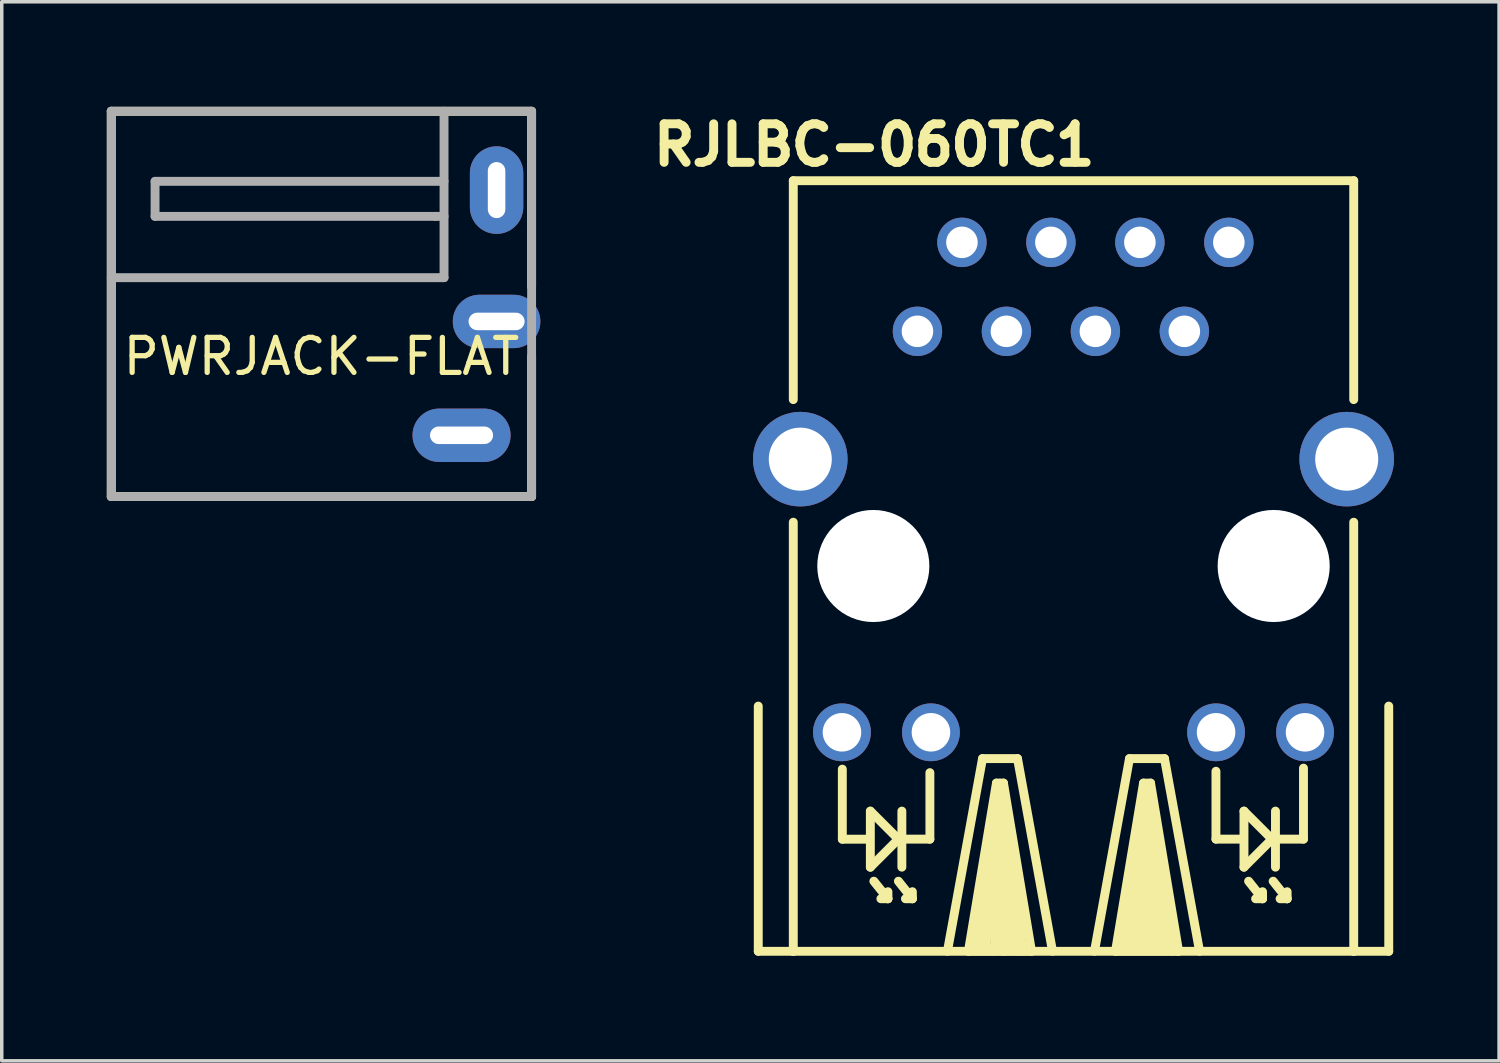
<source format=kicad_pcb>
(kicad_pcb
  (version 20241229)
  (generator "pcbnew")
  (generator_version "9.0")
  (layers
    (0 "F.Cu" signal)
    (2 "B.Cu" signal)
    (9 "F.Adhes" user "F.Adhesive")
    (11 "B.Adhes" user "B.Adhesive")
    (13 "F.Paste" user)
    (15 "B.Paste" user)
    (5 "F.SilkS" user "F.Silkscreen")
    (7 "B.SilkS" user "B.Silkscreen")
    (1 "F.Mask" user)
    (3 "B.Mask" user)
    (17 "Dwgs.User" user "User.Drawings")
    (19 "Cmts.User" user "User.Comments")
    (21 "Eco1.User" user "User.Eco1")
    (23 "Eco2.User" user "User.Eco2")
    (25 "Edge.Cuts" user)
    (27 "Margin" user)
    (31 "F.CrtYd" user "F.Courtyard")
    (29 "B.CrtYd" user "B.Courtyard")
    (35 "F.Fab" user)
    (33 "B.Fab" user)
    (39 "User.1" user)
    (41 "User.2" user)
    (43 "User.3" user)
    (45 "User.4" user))
  (footprint "PWRJACK-FLAT"
    (layer "F.Cu")
    (at 6.127 5.627)
    (property "Reference" "PWRJACK-FLAT" (at 0 1.5 0) (layer "F.SilkS") (effects (font (size 1 1) (thickness 0.15))))
    (attr through_hole)
    (fp_line (start -6 -5.5) (end 6 -5.5) (stroke (width 0.254) (type solid)) (layer "F.SilkS"))
    (fp_line (start -6 5.5) (end -6 -5.5) (stroke (width 0.254) (type solid)) (layer "F.SilkS"))
    (fp_line (start 6 -5.5) (end 6 -0.5) (stroke (width 0.254) (type solid)) (layer "F.SilkS"))
    (fp_line (start 6 1.5) (end 6 5.5) (stroke (width 0.254) (type solid)) (layer "F.SilkS"))
    (fp_line (start 6 5.5) (end -6 5.5) (stroke (width 0.254) (type solid)) (layer "F.SilkS"))
    (fp_line (start -6 -5.5) (end 6 -5.5) (stroke (width 0.254) (type solid)) (layer "F.Fab"))
    (fp_line (start -6 5.5) (end -6 -5.5) (stroke (width 0.254) (type solid)) (layer "F.Fab"))
    (fp_line (start -4.75 -3.5) (end -4.75 -2.5) (stroke (width 0.254) (type solid)) (layer "F.Fab"))
    (fp_line (start -4.75 -2.5) (end 3.25 -2.5) (stroke (width 0.254) (type solid)) (layer "F.Fab"))
    (fp_line (start 3.25 -2.5) (end 3.5 -2.5) (stroke (width 0.254) (type solid)) (layer "F.Fab"))
    (fp_line (start 3.5 -5.5) (end 3.5 -0.75) (stroke (width 0.254) (type solid)) (layer "F.Fab"))
    (fp_line (start 3.5 -3.5) (end -4.75 -3.5) (stroke (width 0.254) (type solid)) (layer "F.Fab"))
    (fp_line (start 3.5 -0.75) (end -6 -0.75) (stroke (width 0.254) (type solid)) (layer "F.Fab"))
    (fp_line (start 6 -5.5) (end 6 5.5) (stroke (width 0.254) (type solid)) (layer "F.Fab"))
    (fp_line (start 6 5.5) (end -6 5.5) (stroke (width 0.254) (type solid)) (layer "F.Fab"))
    (pad "1" thru_hole oval (at 5 -3.25 270) (size 2.5 1.524) (drill oval 1.6 0.5) (layers "*.Cu" "*.Mask"))
    (pad "2" thru_hole oval (at 4 3.75) (size 2.8 1.524) (drill oval 1.8 0.5) (layers "*.Cu" "*.Mask"))
    (pad "3" thru_hole oval (at 5 0.5) (size 2.5 1.524) (drill oval 1.6 0.5) (layers "*.Cu" "*.Mask")))
  (footprint "RJLBC-060TC1"
    (layer "F.Cu")
    (at 27.598 13.109)
    (property "Reference" "RJLBC-060TC1" (at -5.69 -12.02 0) (layer "F.SilkS") (effects (font (size 1.1 1.1) (thickness 0.254))))
    (attr exclude_from_pos_files exclude_from_bom)
    (fp_line (start -9 11) (end -9 4) (stroke (width 0.254) (type solid)) (layer "F.SilkS"))
    (fp_line (start -8 -11) (end 8 -11) (stroke (width 0.254) (type solid)) (layer "F.SilkS"))
    (fp_line (start -8 -4.75) (end -8 -11) (stroke (width 0.254) (type solid)) (layer "F.SilkS"))
    (fp_line (start -8 11) (end -9 11) (stroke (width 0.254) (type solid)) (layer "F.SilkS"))
    (fp_line (start -8 11) (end -8 -1.25) (stroke (width 0.254) (type solid)) (layer "F.SilkS"))
    (fp_line (start -6.6 5.8) (end -6.6 7.8) (stroke (width 0.254) (type solid)) (layer "F.SilkS"))
    (fp_line (start -6.6 7.8) (end -5.9 7.8) (stroke (width 0.254) (type solid)) (layer "F.SilkS"))
    (fp_line (start -5.8 7) (end -5.8 8.6) (stroke (width 0.254) (type solid)) (layer "F.SilkS"))
    (fp_line (start -5.799 6.998) (end -4.999 7.798) (stroke (width 0.254) (type solid)) (layer "F.SilkS"))
    (fp_line (start -5.7 8.999) (end -5.298 9.5) (stroke (width 0.254) (type solid)) (layer "F.SilkS"))
    (fp_line (start -5.298 9.5) (end -5.499 9.5) (stroke (width 0.254) (type solid)) (layer "F.SilkS"))
    (fp_line (start -5.298 9.5) (end -5.298 9.299) (stroke (width 0.254) (type solid)) (layer "F.SilkS"))
    (fp_line (start -4.999 7.798) (end -5.799 8.598) (stroke (width 0.254) (type solid)) (layer "F.SilkS"))
    (fp_line (start -4.999 8.999) (end -4.6 9.5) (stroke (width 0.254) (type solid)) (layer "F.SilkS"))
    (fp_line (start -4.9 6.998) (end -4.9 8.598) (stroke (width 0.254) (type solid)) (layer "F.SilkS"))
    (fp_line (start -4.798 7.798) (end -4.1 7.798) (stroke (width 0.254) (type solid)) (layer "F.SilkS"))
    (fp_line (start -4.6 9.5) (end -4.798 9.5) (stroke (width 0.254) (type solid)) (layer "F.SilkS"))
    (fp_line (start -4.6 9.5) (end -4.6 9.299) (stroke (width 0.254) (type solid)) (layer "F.SilkS"))
    (fp_line (start -4.1 7.8) (end -4.1 5.9) (stroke (width 0.254) (type solid)) (layer "F.SilkS"))
    (fp_line (start -3.599 10.998) (end -2.598 5.499) (stroke (width 0.254) (type solid)) (layer "F.SilkS"))
    (fp_line (start -3 10.998) (end -2.2 6.198) (stroke (width 0.254) (type solid)) (layer "F.SilkS"))
    (fp_line (start -2.598 5.499) (end -1.598 5.499) (stroke (width 0.254) (type solid)) (layer "F.SilkS"))
    (fp_line (start -2.2 6.198) (end -1.999 6.198) (stroke (width 0.254) (type solid)) (layer "F.SilkS"))
    (fp_line (start -2.17 9.36) (end -1.97 11) (stroke (width 0.254) (type solid)) (layer "F.SilkS"))
    (fp_line (start -2.13 7.77) (end -1.77 10.98) (stroke (width 0.254) (type solid)) (layer "F.SilkS"))
    (fp_line (start -2.12 6.96) (end -1.56 10.99) (stroke (width 0.254) (type solid)) (layer "F.SilkS"))
    (fp_line (start -2.11 6.35) (end -2.76 10.98) (stroke (width 0.254) (type solid)) (layer "F.SilkS"))
    (fp_line (start -2.11 7.25) (end -2.52 10.98) (stroke (width 0.254) (type solid)) (layer "F.SilkS"))
    (fp_line (start -2.1 6.2) (end -1.45 10.99) (stroke (width 0.254) (type solid)) (layer "F.SilkS"))
    (fp_line (start -2.08 8.48) (end -2.27 10.99) (stroke (width 0.254) (type solid)) (layer "F.SilkS"))
    (fp_line (start -2 10.13) (end -2.14 10.94) (stroke (width 0.254) (type solid)) (layer "F.SilkS"))
    (fp_line (start -1.999 6.198) (end -1.199 10.998) (stroke (width 0.254) (type solid)) (layer "F.SilkS"))
    (fp_line (start -1.598 5.499) (end -0.599 10.998) (stroke (width 0.254) (type solid)) (layer "F.SilkS"))
    (fp_line (start -1.199 10.998) (end -3 10.998) (stroke (width 0.254) (type solid)) (layer "F.SilkS"))
    (fp_line (start 0.599 10.998) (end 1.598 5.499) (stroke (width 0.254) (type solid)) (layer "F.SilkS"))
    (fp_line (start 1.199 10.998) (end 1.999 6.198) (stroke (width 0.254) (type solid)) (layer "F.SilkS"))
    (fp_line (start 1.598 5.499) (end 2.598 5.499) (stroke (width 0.254) (type solid)) (layer "F.SilkS"))
    (fp_line (start 1.98 9.39) (end 2.26 10.97) (stroke (width 0.254) (type solid)) (layer "F.SilkS"))
    (fp_line (start 1.999 6.198) (end 2.2 6.198) (stroke (width 0.254) (type solid)) (layer "F.SilkS"))
    (fp_line (start 2.02 8.36) (end 2.42 10.93) (stroke (width 0.254) (type solid)) (layer "F.SilkS"))
    (fp_line (start 2.05 8.78) (end 1.9 10.96) (stroke (width 0.254) (type solid)) (layer "F.SilkS"))
    (fp_line (start 2.09 6.39) (end 2.81 10.99) (stroke (width 0.254) (type solid)) (layer "F.SilkS"))
    (fp_line (start 2.09 7.14) (end 2.61 10.87) (stroke (width 0.254) (type solid)) (layer "F.SilkS"))
    (fp_line (start 2.09 10.1) (end 2.09 10.97) (stroke (width 0.254) (type solid)) (layer "F.SilkS"))
    (fp_line (start 2.1 6.56) (end 1.43 10.98) (stroke (width 0.254) (type solid)) (layer "F.SilkS"))
    (fp_line (start 2.15 7.61) (end 1.67 10.97) (stroke (width 0.254) (type solid)) (layer "F.SilkS"))
    (fp_line (start 2.2 6.198) (end 3 10.998) (stroke (width 0.254) (type solid)) (layer "F.SilkS"))
    (fp_line (start 2.598 5.499) (end 3.599 10.998) (stroke (width 0.254) (type solid)) (layer "F.SilkS"))
    (fp_line (start 3 10.998) (end 1.199 10.998) (stroke (width 0.254) (type solid)) (layer "F.SilkS"))
    (fp_line (start 4.067 7.798) (end 4.067 5.86) (stroke (width 0.254) (type solid)) (layer "F.SilkS"))
    (fp_line (start 4.768 7.798) (end 4.067 7.798) (stroke (width 0.254) (type solid)) (layer "F.SilkS"))
    (fp_line (start 4.867 8.598) (end 4.867 6.998) (stroke (width 0.254) (type solid)) (layer "F.SilkS"))
    (fp_line (start 4.867 8.598) (end 5.667 7.798) (stroke (width 0.254) (type solid)) (layer "F.SilkS"))
    (fp_line (start 4.999 8.999) (end 5.397 9.5) (stroke (width 0.254) (type solid)) (layer "F.SilkS"))
    (fp_line (start 5.397 9.5) (end 5.199 9.5) (stroke (width 0.254) (type solid)) (layer "F.SilkS"))
    (fp_line (start 5.397 9.5) (end 5.397 9.299) (stroke (width 0.254) (type solid)) (layer "F.SilkS"))
    (fp_line (start 5.667 7.798) (end 4.867 6.998) (stroke (width 0.254) (type solid)) (layer "F.SilkS"))
    (fp_line (start 5.7 8.999) (end 6.099 9.5) (stroke (width 0.254) (type solid)) (layer "F.SilkS"))
    (fp_line (start 5.766 8.598) (end 5.766 6.998) (stroke (width 0.254) (type solid)) (layer "F.SilkS"))
    (fp_line (start 6.099 9.5) (end 5.898 9.5) (stroke (width 0.254) (type solid)) (layer "F.SilkS"))
    (fp_line (start 6.099 9.5) (end 6.099 9.299) (stroke (width 0.254) (type solid)) (layer "F.SilkS"))
    (fp_line (start 6.566 5.771) (end 6.566 7.798) (stroke (width 0.254) (type solid)) (layer "F.SilkS"))
    (fp_line (start 6.566 7.798) (end 5.867 7.798) (stroke (width 0.254) (type solid)) (layer "F.SilkS"))
    (fp_line (start 8 -11) (end 8 -4.75) (stroke (width 0.254) (type solid)) (layer "F.SilkS"))
    (fp_line (start 8 -1.25) (end 8 11) (stroke (width 0.254) (type solid)) (layer "F.SilkS"))
    (fp_line (start 8 11) (end -8 11) (stroke (width 0.254) (type solid)) (layer "F.SilkS"))
    (fp_line (start 8 11) (end 9 11) (stroke (width 0.254) (type solid)) (layer "F.SilkS"))
    (fp_line (start 9 11) (end 9 4) (stroke (width 0.254) (type solid)) (layer "F.SilkS"))
    (pad "" np_thru_hole circle (at -5.715 0) (size 3.2 3.2) (drill 3.2) (layers "*.Cu" "*.Mask"))
    (pad "" np_thru_hole circle (at 5.715 0) (size 3.2 3.2) (drill 3.2) (layers "*.Cu" "*.Mask"))
    (pad "1" thru_hole circle (at -4.455 -6.7) (size 1.41 1.41) (drill 0.9) (layers "*.Cu" "*.Mask"))
    (pad "2" thru_hole circle (at -3.185 -9.24) (size 1.41 1.41) (drill 0.9) (layers "*.Cu" "*.Mask"))
    (pad "3" thru_hole circle (at -1.915 -6.7) (size 1.41 1.41) (drill 0.9) (layers "*.Cu" "*.Mask"))
    (pad "4" thru_hole circle (at -0.645 -9.24) (size 1.41 1.41) (drill 0.9) (layers "*.Cu" "*.Mask"))
    (pad "5" thru_hole circle (at 0.625 -6.7) (size 1.41 1.41) (drill 0.9) (layers "*.Cu" "*.Mask"))
    (pad "6" thru_hole circle (at 1.895 -9.24) (size 1.41 1.41) (drill 0.9) (layers "*.Cu" "*.Mask"))
    (pad "7" thru_hole circle (at 3.165 -6.7) (size 1.41 1.41) (drill 0.9) (layers "*.Cu" "*.Mask"))
    (pad "8" thru_hole circle (at 4.435 -9.24) (size 1.41 1.41) (drill 0.9) (layers "*.Cu" "*.Mask"))
    (pad "AG1" thru_hole circle (at 4.07 4.748) (size 1.65 1.65) (drill 1.1) (layers "*.Cu" "*.Mask"))
    (pad "AY1" thru_hole circle (at -6.61 4.748) (size 1.65 1.65) (drill 1.1) (layers "*.Cu" "*.Mask"))
    (pad "GND1" thru_hole circle (at -7.8 -3.05) (size 2.7 2.7) (drill 1.8) (layers "*.Cu" "*.Mask"))
    (pad "GND2" thru_hole circle (at 7.8 -3.05) (size 2.7 2.7) (drill 1.8) (layers "*.Cu" "*.Mask"))
    (pad "KG1" thru_hole circle (at 6.61 4.748) (size 1.65 1.65) (drill 1.1) (layers "*.Cu" "*.Mask"))
    (pad "KY1" thru_hole circle (at -4.07 4.748) (size 1.65 1.65) (drill 1.1) (layers "*.Cu" "*.Mask")))
  (gr_rect
    (start -3 -3)
    (end 39.748 27.236)
    (stroke (width 0.1) (type default))
    (fill no)
    (layer "Edge.Cuts")))
</source>
